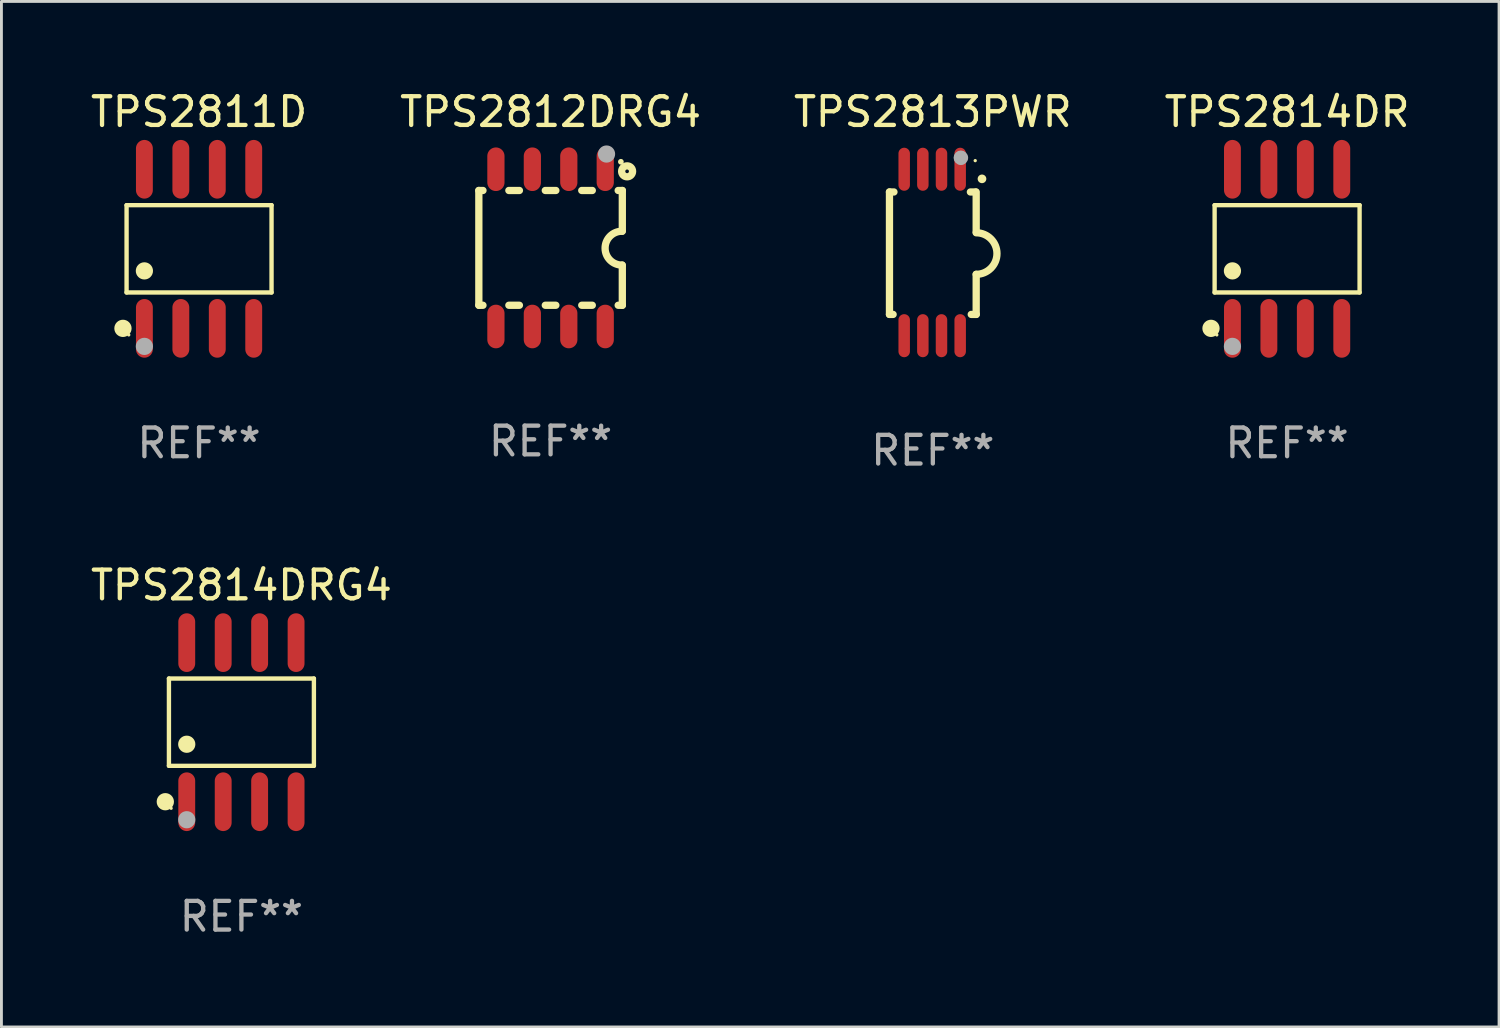
<source format=kicad_pcb>
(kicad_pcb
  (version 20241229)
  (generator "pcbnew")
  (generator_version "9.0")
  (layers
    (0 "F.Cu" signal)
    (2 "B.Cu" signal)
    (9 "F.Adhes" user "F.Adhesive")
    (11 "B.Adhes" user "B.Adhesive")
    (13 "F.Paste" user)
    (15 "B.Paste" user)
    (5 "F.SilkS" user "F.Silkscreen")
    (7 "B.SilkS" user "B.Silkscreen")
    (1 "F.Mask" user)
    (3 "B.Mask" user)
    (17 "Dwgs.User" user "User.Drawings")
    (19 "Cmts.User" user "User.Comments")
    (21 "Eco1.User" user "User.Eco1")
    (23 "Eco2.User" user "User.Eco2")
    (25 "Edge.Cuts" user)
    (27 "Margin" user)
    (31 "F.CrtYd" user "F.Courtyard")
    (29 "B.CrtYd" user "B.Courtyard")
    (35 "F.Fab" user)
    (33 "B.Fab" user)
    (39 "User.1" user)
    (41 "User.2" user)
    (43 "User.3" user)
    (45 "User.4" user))
  (footprint "TPS2814DRG4"
    (layer "F.Cu")
    (at 5.363 22.117)
    (property "Reference" "TPS2814DRG4" (at 0 -4.772 0) (layer "F.SilkS") (effects (font (size 1 1) (thickness 0.15))))
    (attr through_hole)
    (fp_line (start -2.526 -1.521) (end 2.526 -1.521) (stroke (width 0.152) (type solid)) (layer "F.SilkS"))
    (fp_line (start -2.526 1.521) (end -2.526 -1.521) (stroke (width 0.152) (type solid)) (layer "F.SilkS"))
    (fp_line (start 2.526 -1.521) (end 2.526 1.521) (stroke (width 0.152) (type solid)) (layer "F.SilkS"))
    (fp_line (start 2.526 1.521) (end -2.526 1.521) (stroke (width 0.152) (type solid)) (layer "F.SilkS"))
    (fp_circle (center -2.652 2.772) (end -2.501 2.772) (stroke (width 0.3) (type solid)) (fill no) (layer "F.SilkS"))
    (fp_circle (center -2.45 3) (end -2.42 3) (stroke (width 0.06) (type solid)) (fill no) (layer "F.SilkS"))
    (fp_circle (center -1.905 0.769) (end -1.755 0.769) (stroke (width 0.3) (type solid)) (fill no) (layer "F.SilkS"))
    (fp_circle (center -1.905 3.4) (end -1.755 3.4) (stroke (width 0.3) (type solid)) (fill no) (layer "F.Fab"))
    (fp_text user "REF**" (at 0 6.772 0) (layer "F.Fab") (effects (font (size 1 1) (thickness 0.15))))
    (pad "1" smd oval (at -1.905 2.772) (size 0.588 2.045) (layers "F.Cu" "F.Mask" "F.Paste"))
    (pad "2" smd oval (at -0.635 2.772) (size 0.588 2.045) (layers "F.Cu" "F.Mask" "F.Paste"))
    (pad "3" smd oval (at 0.635 2.772) (size 0.588 2.045) (layers "F.Cu" "F.Mask" "F.Paste"))
    (pad "4" smd oval (at 1.905 2.772) (size 0.588 2.045) (layers "F.Cu" "F.Mask" "F.Paste"))
    (pad "5" smd oval (at 1.905 -2.772) (size 0.588 2.045) (layers "F.Cu" "F.Mask" "F.Paste"))
    (pad "6" smd oval (at 0.635 -2.772) (size 0.588 2.045) (layers "F.Cu" "F.Mask" "F.Paste"))
    (pad "7" smd oval (at -0.635 -2.772) (size 0.588 2.045) (layers "F.Cu" "F.Mask" "F.Paste"))
    (pad "8" smd oval (at -1.905 -2.772) (size 0.588 2.045) (layers "F.Cu" "F.Mask" "F.Paste")))
  (footprint "TPS2813PWR"
    (layer "F.Cu")
    (at 29.458 5.748)
    (property "Reference" "TPS2813PWR" (at 0 -4.9 0) (layer "F.SilkS") (effects (font (size 1 1) (thickness 0.15))))
    (attr through_hole)
    (fp_line (start -1.511 -2.108) (end -1.355 -2.108) (stroke (width 0.254) (type solid)) (layer "F.SilkS"))
    (fp_line (start -1.511 2.159) (end -1.511 -2.108) (stroke (width 0.254) (type solid)) (layer "F.SilkS"))
    (fp_line (start -1.384 2.159) (end -1.511 2.159) (stroke (width 0.254) (type solid)) (layer "F.SilkS"))
    (fp_line (start 1.309 -2.108) (end 1.486 -2.108) (stroke (width 0.254) (type solid)) (layer "F.SilkS"))
    (fp_line (start 1.511 -2.108) (end 1.511 -0.711) (stroke (width 0.254) (type solid)) (layer "F.SilkS"))
    (fp_line (start 1.511 0.762) (end 1.511 2.159) (stroke (width 0.254) (type solid)) (layer "F.SilkS"))
    (fp_line (start 1.511 2.159) (end 1.339 2.159) (stroke (width 0.254) (type solid)) (layer "F.SilkS"))
    (fp_arc (start 1.511316 -0.685802) (mid 2.235218 0.0381) (end 1.511316 0.762002) (stroke (width 0.254001) (type solid)) (layer "F.SilkS"))
    (fp_arc (start 1.711976 -2.565405) (mid 1.713246 -2.56541) (end 1.714516 -2.565405) (stroke (width 0.3) (type solid)) (layer "F.SilkS"))
    (fp_circle (center 1.477 -3.2) (end 1.507 -3.2) (stroke (width 0.06) (type solid)) (fill no) (layer "F.SilkS"))
    (fp_circle (center 0.977 -3.3) (end 1.104 -3.3) (stroke (width 0.254) (type solid)) (fill no) (layer "F.Fab"))
    (fp_text user "REF**" (at 0 6.9 0) (layer "F.Fab") (effects (font (size 1 1) (thickness 0.15))))
    (pad "1" smd oval (at 0.953 -2.9) (size 0.4 1.5) (layers "F.Cu" "F.Mask" "F.Paste"))
    (pad "2" smd oval (at 0.302 -2.9) (size 0.4 1.5) (layers "F.Cu" "F.Mask" "F.Paste"))
    (pad "3" smd oval (at -0.348 -2.9) (size 0.4 1.5) (layers "F.Cu" "F.Mask" "F.Paste"))
    (pad "4" smd oval (at -0.998 -2.9) (size 0.4 1.5) (layers "F.Cu" "F.Mask" "F.Paste"))
    (pad "5" smd oval (at -0.998 2.9) (size 0.4 1.5) (layers "F.Cu" "F.Mask" "F.Paste"))
    (pad "6" smd oval (at -0.348 2.9) (size 0.4 1.5) (layers "F.Cu" "F.Mask" "F.Paste"))
    (pad "7" smd oval (at 0.302 2.9) (size 0.4 1.5) (layers "F.Cu" "F.Mask" "F.Paste"))
    (pad "8" smd oval (at 0.953 2.9) (size 0.4 1.5) (layers "F.Cu" "F.Mask" "F.Paste")))
  (footprint "TPS2814DR"
    (layer "F.Cu")
    (at 41.804 5.621)
    (property "Reference" "TPS2814DR" (at 0 -4.772 0) (layer "F.SilkS") (effects (font (size 1 1) (thickness 0.15))))
    (attr through_hole)
    (fp_line (start -2.526 -1.521) (end 2.526 -1.521) (stroke (width 0.152) (type solid)) (layer "F.SilkS"))
    (fp_line (start -2.526 1.521) (end -2.526 -1.521) (stroke (width 0.152) (type solid)) (layer "F.SilkS"))
    (fp_line (start 2.526 -1.521) (end 2.526 1.521) (stroke (width 0.152) (type solid)) (layer "F.SilkS"))
    (fp_line (start 2.526 1.521) (end -2.526 1.521) (stroke (width 0.152) (type solid)) (layer "F.SilkS"))
    (fp_circle (center -2.652 2.772) (end -2.501 2.772) (stroke (width 0.3) (type solid)) (fill no) (layer "F.SilkS"))
    (fp_circle (center -2.45 3) (end -2.42 3) (stroke (width 0.06) (type solid)) (fill no) (layer "F.SilkS"))
    (fp_circle (center -1.905 0.769) (end -1.755 0.769) (stroke (width 0.3) (type solid)) (fill no) (layer "F.SilkS"))
    (fp_circle (center -1.905 3.4) (end -1.755 3.4) (stroke (width 0.3) (type solid)) (fill no) (layer "F.Fab"))
    (fp_text user "REF**" (at 0 6.772 0) (layer "F.Fab") (effects (font (size 1 1) (thickness 0.15))))
    (pad "1" smd oval (at -1.905 2.772) (size 0.588 2.045) (layers "F.Cu" "F.Mask" "F.Paste"))
    (pad "2" smd oval (at -0.635 2.772) (size 0.588 2.045) (layers "F.Cu" "F.Mask" "F.Paste"))
    (pad "3" smd oval (at 0.635 2.772) (size 0.588 2.045) (layers "F.Cu" "F.Mask" "F.Paste"))
    (pad "4" smd oval (at 1.905 2.772) (size 0.588 2.045) (layers "F.Cu" "F.Mask" "F.Paste"))
    (pad "5" smd oval (at 1.905 -2.772) (size 0.588 2.045) (layers "F.Cu" "F.Mask" "F.Paste"))
    (pad "6" smd oval (at 0.635 -2.772) (size 0.588 2.045) (layers "F.Cu" "F.Mask" "F.Paste"))
    (pad "7" smd oval (at -0.635 -2.772) (size 0.588 2.045) (layers "F.Cu" "F.Mask" "F.Paste"))
    (pad "8" smd oval (at -1.905 -2.772) (size 0.588 2.045) (layers "F.Cu" "F.Mask" "F.Paste")))
  (footprint "TPS2811D"
    (layer "F.Cu")
    (at 3.887 5.621)
    (property "Reference" "TPS2811D" (at 0 -4.772 0) (layer "F.SilkS") (effects (font (size 1 1) (thickness 0.15))))
    (attr through_hole)
    (fp_line (start -2.526 -1.521) (end 2.526 -1.521) (stroke (width 0.152) (type solid)) (layer "F.SilkS"))
    (fp_line (start -2.526 1.521) (end -2.526 -1.521) (stroke (width 0.152) (type solid)) (layer "F.SilkS"))
    (fp_line (start 2.526 -1.521) (end 2.526 1.521) (stroke (width 0.152) (type solid)) (layer "F.SilkS"))
    (fp_line (start 2.526 1.521) (end -2.526 1.521) (stroke (width 0.152) (type solid)) (layer "F.SilkS"))
    (fp_circle (center -2.652 2.772) (end -2.501 2.772) (stroke (width 0.3) (type solid)) (fill no) (layer "F.SilkS"))
    (fp_circle (center -2.45 3) (end -2.42 3) (stroke (width 0.06) (type solid)) (fill no) (layer "F.SilkS"))
    (fp_circle (center -1.905 0.769) (end -1.755 0.769) (stroke (width 0.3) (type solid)) (fill no) (layer "F.SilkS"))
    (fp_circle (center -1.905 3.4) (end -1.755 3.4) (stroke (width 0.3) (type solid)) (fill no) (layer "F.Fab"))
    (fp_text user "REF**" (at 0 6.772 0) (layer "F.Fab") (effects (font (size 1 1) (thickness 0.15))))
    (pad "1" smd oval (at -1.905 2.772) (size 0.588 2.045) (layers "F.Cu" "F.Mask" "F.Paste"))
    (pad "2" smd oval (at -0.635 2.772) (size 0.588 2.045) (layers "F.Cu" "F.Mask" "F.Paste"))
    (pad "3" smd oval (at 0.635 2.772) (size 0.588 2.045) (layers "F.Cu" "F.Mask" "F.Paste"))
    (pad "4" smd oval (at 1.905 2.772) (size 0.588 2.045) (layers "F.Cu" "F.Mask" "F.Paste"))
    (pad "5" smd oval (at 1.905 -2.772) (size 0.588 2.045) (layers "F.Cu" "F.Mask" "F.Paste"))
    (pad "6" smd oval (at 0.635 -2.772) (size 0.588 2.045) (layers "F.Cu" "F.Mask" "F.Paste"))
    (pad "7" smd oval (at -0.635 -2.772) (size 0.588 2.045) (layers "F.Cu" "F.Mask" "F.Paste"))
    (pad "8" smd oval (at -1.905 -2.772) (size 0.588 2.045) (layers "F.Cu" "F.Mask" "F.Paste")))
  (footprint "TPS2812DRG4"
    (layer "F.Cu")
    (at 16.137 5.588)
    (property "Reference" "TPS2812DRG4" (at 0 -4.74 0) (layer "F.SilkS") (effects (font (size 1 1) (thickness 0.15))))
    (attr through_hole)
    (fp_line (start -2.5 2) (end -2.5 -2) (stroke (width 0.254) (type solid)) (layer "F.SilkS"))
    (fp_line (start -2.356 -2) (end -2.5 -2) (stroke (width 0.254) (type solid)) (layer "F.SilkS"))
    (fp_line (start -2.356 2) (end -2.5 2) (stroke (width 0.254) (type solid)) (layer "F.SilkS"))
    (fp_line (start -1.086 -2) (end -1.454 -2) (stroke (width 0.254) (type solid)) (layer "F.SilkS"))
    (fp_line (start -1.086 2) (end -1.454 2) (stroke (width 0.254) (type solid)) (layer "F.SilkS"))
    (fp_line (start 0.184 -2) (end -0.184 -2) (stroke (width 0.254) (type solid)) (layer "F.SilkS"))
    (fp_line (start 0.184 2) (end -0.184 2) (stroke (width 0.254) (type solid)) (layer "F.SilkS"))
    (fp_line (start 1.454 -2) (end 1.086 -2) (stroke (width 0.254) (type solid)) (layer "F.SilkS"))
    (fp_line (start 1.454 2) (end 1.086 2) (stroke (width 0.254) (type solid)) (layer "F.SilkS"))
    (fp_line (start 2.5 -2) (end 2.356 -2) (stroke (width 0.254) (type solid)) (layer "F.SilkS"))
    (fp_line (start 2.5 -0.58) (end 2.5 -2) (stroke (width 0.254) (type solid)) (layer "F.SilkS"))
    (fp_line (start 2.5 2) (end 2.356 2) (stroke (width 0.254) (type solid)) (layer "F.SilkS"))
    (fp_line (start 2.5 2) (end 2.5 0.6) (stroke (width 0.254) (type solid)) (layer "F.SilkS"))
    (fp_arc (start 2.489992 0.600051) (mid 1.901674 0.010046) (end 2.489992 -0.579959) (stroke (width 0.254001) (type solid)) (layer "F.SilkS"))
    (fp_circle (center 2.45 -3) (end 2.5 -3) (stroke (width 0.1) (type solid)) (fill no) (layer "F.SilkS"))
    (fp_circle (center 2.667 -2.667) (end 2.858 -2.667) (stroke (width 0.254) (type solid)) (fill no) (layer "F.SilkS"))
    (fp_circle (center 1.95 -3.27) (end 2.1 -3.27) (stroke (width 0.3) (type solid)) (fill no) (layer "F.Fab"))
    (fp_text user "REF**" (at 0 6.74 0) (layer "F.Fab") (effects (font (size 1 1) (thickness 0.15))))
    (pad "1" smd oval (at 1.905 -2.74) (size 0.6 1.52) (layers "F.Cu" "F.Mask" "F.Paste"))
    (pad "2" smd oval (at 0.635 -2.74) (size 0.6 1.52) (layers "F.Cu" "F.Mask" "F.Paste"))
    (pad "3" smd oval (at -0.635 -2.74) (size 0.6 1.52) (layers "F.Cu" "F.Mask" "F.Paste"))
    (pad "4" smd oval (at -1.905 -2.74) (size 0.6 1.52) (layers "F.Cu" "F.Mask" "F.Paste"))
    (pad "5" smd oval (at -1.905 2.74) (size 0.6 1.52) (layers "F.Cu" "F.Mask" "F.Paste"))
    (pad "6" smd oval (at -0.635 2.74) (size 0.6 1.52) (layers "F.Cu" "F.Mask" "F.Paste"))
    (pad "7" smd oval (at 0.635 2.74) (size 0.6 1.52) (layers "F.Cu" "F.Mask" "F.Paste"))
    (pad "8" smd oval (at 1.905 2.74) (size 0.6 1.52) (layers "F.Cu" "F.Mask" "F.Paste")))
  (gr_rect
    (start -3 -3)
    (end 49.19 32.738)
    (stroke (width 0.1) (type default))
    (fill no)
    (layer "Edge.Cuts")))
</source>
